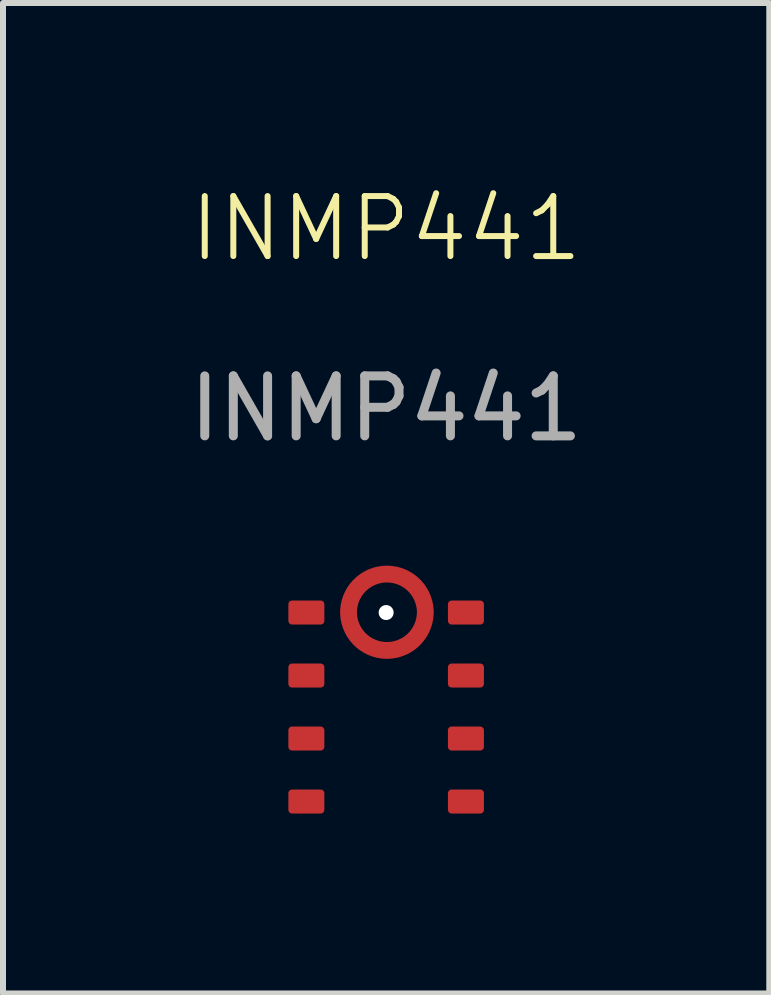
<source format=kicad_pcb>
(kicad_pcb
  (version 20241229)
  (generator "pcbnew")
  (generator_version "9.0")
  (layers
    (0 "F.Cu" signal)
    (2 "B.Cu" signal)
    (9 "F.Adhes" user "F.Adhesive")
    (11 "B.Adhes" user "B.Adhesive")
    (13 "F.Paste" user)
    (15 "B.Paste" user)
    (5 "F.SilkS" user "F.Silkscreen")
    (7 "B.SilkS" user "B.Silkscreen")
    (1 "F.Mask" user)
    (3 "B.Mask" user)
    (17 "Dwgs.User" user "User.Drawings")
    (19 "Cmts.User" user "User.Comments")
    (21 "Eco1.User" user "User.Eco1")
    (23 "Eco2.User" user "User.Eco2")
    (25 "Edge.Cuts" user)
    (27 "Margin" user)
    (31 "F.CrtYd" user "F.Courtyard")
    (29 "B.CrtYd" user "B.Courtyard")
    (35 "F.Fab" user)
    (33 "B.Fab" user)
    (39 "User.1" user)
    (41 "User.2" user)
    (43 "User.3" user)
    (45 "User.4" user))
  (footprint "INMP441"
    (layer "F.Cu")
    (at 3.387 8.761)
    (property "Reference" "INMP441" (at 0 -8 0) (unlocked yes) (layer "F.SilkS") (effects (font (size 1 1) (thickness 0.1))))
    (attr smd)
    (fp_poly (pts (arc (start -0.487155 -1.608776) (mid 0.012845 -1.108776) (end 0.512845 -1.608776)) (arc (start 0.792845 -1.608776) (mid 0.012845 -0.828776) (end -0.767155 -1.608776))) (stroke (width 0) (type solid)) (fill yes) (layer "F.Cu"))
    (fp_poly (pts (arc (start 0.512845 -1.601224) (mid 0.012845 -2.101224) (end -0.487155 -1.601224)) (arc (start -0.767155 -1.601224) (mid 0.012845 -2.381224) (end 0.792845 -1.601224))) (stroke (width 0) (type solid)) (fill yes) (layer "F.Cu"))
    (fp_poly (pts (arc (start -0.49239 -1.602437) (mid 0.00761 -1.102437) (end 0.50761 -1.602437)) (arc (start 0.78761 -1.602437) (mid 0.00761 -0.822437) (end -0.77239 -1.602437))) (stroke (width 0) (type solid)) (fill yes) (layer "F.Paste"))
    (fp_poly (pts (arc (start 0.50761 -1.602437) (mid 0.00761 -2.102437) (end -0.49239 -1.602437)) (arc (start -0.77239 -1.602437) (mid 0.00761 -2.382437) (end 0.78761 -1.602437))) (stroke (width 0) (type solid)) (fill yes) (layer "F.Paste"))
    (fp_text user "${REFERENCE}" (at 0 -5 0) (unlocked yes) (layer "F.Fab") (effects (font (size 1 1) (thickness 0.15))))
    (pad "" np_thru_hole circle (at 0 -1.6) (size 0.25 0.25) (drill 0.25) (layers "*.Cu" "*.Mask"))
    (pad "1" smd roundrect (at -1.33 -1.6 90) (size 0.4 0.6) (layers "F.Cu" "F.Mask" "F.Paste") (roundrect_rratio 0.15))
    (pad "1" smd roundrect (at -1.33 -0.55 90) (size 0.4 0.6) (layers "F.Cu" "F.Mask" "F.Paste") (roundrect_rratio 0.15))
    (pad "1" smd roundrect (at -1.33 0.5 90) (size 0.4 0.6) (layers "F.Cu" "F.Mask" "F.Paste") (roundrect_rratio 0.15))
    (pad "1" smd roundrect (at -1.33 1.55 90) (size 0.4 0.6) (layers "F.Cu" "F.Mask" "F.Paste") (roundrect_rratio 0.15))
    (pad "1" smd roundrect (at 1.33 -1.6 90) (size 0.4 0.6) (layers "F.Cu" "F.Mask" "F.Paste") (roundrect_rratio 0.15))
    (pad "1" smd roundrect (at 1.33 -0.55 90) (size 0.4 0.6) (layers "F.Cu" "F.Mask" "F.Paste") (roundrect_rratio 0.15))
    (pad "1" smd roundrect (at 1.33 0.5 90) (size 0.4 0.6) (layers "F.Cu" "F.Mask" "F.Paste") (roundrect_rratio 0.15))
    (pad "1" smd roundrect (at 1.33 1.55 90) (size 0.4 0.6) (layers "F.Cu" "F.Mask" "F.Paste") (roundrect_rratio 0.15)))
  (gr_rect
    (start -3 -3)
    (end 9.774 13.511)
    (stroke (width 0.1) (type default))
    (fill no)
    (layer "Edge.Cuts")))
</source>
